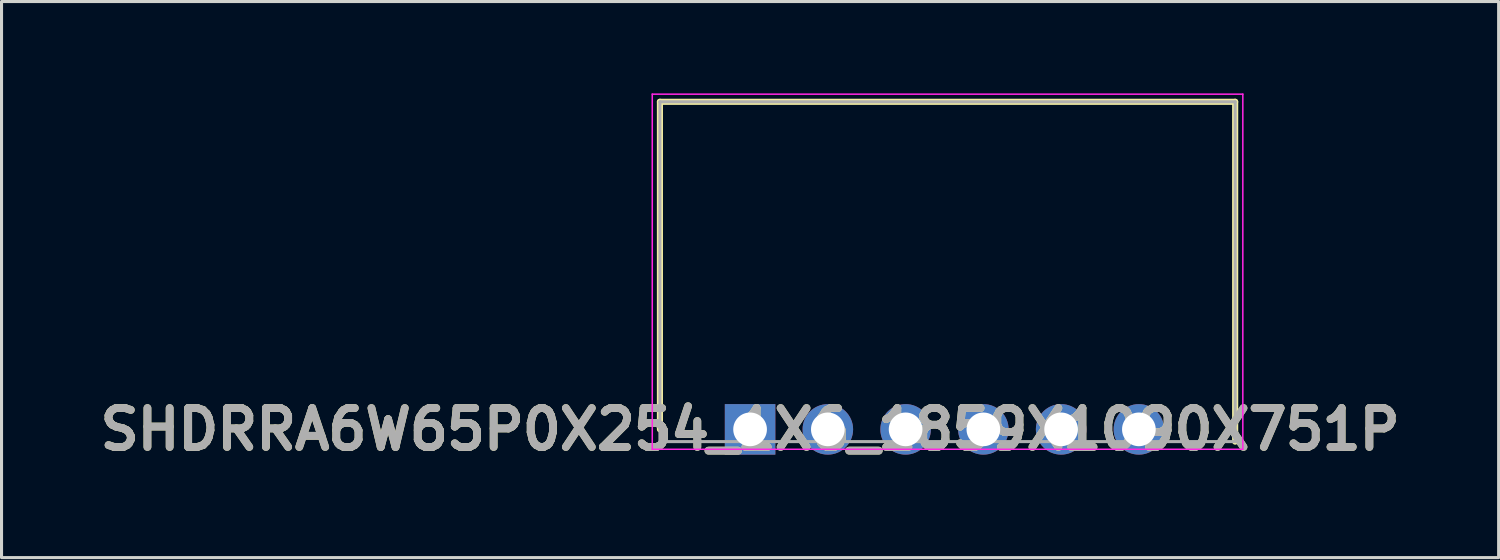
<source format=kicad_pcb>
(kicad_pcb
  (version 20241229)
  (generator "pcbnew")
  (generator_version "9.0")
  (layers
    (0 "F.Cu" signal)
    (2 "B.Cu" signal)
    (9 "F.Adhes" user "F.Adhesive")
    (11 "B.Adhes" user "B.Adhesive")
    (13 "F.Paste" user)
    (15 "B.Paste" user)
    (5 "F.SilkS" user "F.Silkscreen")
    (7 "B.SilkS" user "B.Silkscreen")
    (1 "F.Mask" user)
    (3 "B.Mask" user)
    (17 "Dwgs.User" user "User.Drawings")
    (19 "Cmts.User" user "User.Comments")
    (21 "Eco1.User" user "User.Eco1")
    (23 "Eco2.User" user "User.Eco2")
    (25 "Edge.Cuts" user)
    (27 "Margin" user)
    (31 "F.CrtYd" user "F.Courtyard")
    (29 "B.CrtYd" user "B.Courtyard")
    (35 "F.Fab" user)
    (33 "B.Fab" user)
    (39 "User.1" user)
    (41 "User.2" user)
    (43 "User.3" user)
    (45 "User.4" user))
  (footprint "SHDRRA6W65P0X254_1X6_1859X1090X751P"
    (layer "F.Cu")
    (at 21.451 10.975)
    (property "Reference" "SHDRRA6W65P0X254_1X6_1859X1090X751P" (at 0 0 0) (layer "F.SilkS") (effects (font (size 1.27 1.27) (thickness 0.254))))
    (attr through_hole)
    (fp_line (start -2.945 -10.7) (end 15.845 -10.7) (stroke (width 0.2) (type solid)) (layer "F.SilkS"))
    (fp_line (start -2.945 0) (end -2.945 -10.7) (stroke (width 0.2) (type solid)) (layer "F.SilkS"))
    (fp_line (start 15.845 -10.7) (end 15.845 0.4) (stroke (width 0.2) (type solid)) (layer "F.SilkS"))
    (fp_line (start -3.195 -10.95) (end -3.195 0.65) (stroke (width 0.05) (type solid)) (layer "F.CrtYd"))
    (fp_line (start -3.195 0.65) (end 16.095 0.65) (stroke (width 0.05) (type solid)) (layer "F.CrtYd"))
    (fp_line (start 16.095 -10.95) (end -3.195 -10.95) (stroke (width 0.05) (type solid)) (layer "F.CrtYd"))
    (fp_line (start 16.095 0.65) (end 16.095 -10.95) (stroke (width 0.05) (type solid)) (layer "F.CrtYd"))
    (fp_line (start -2.945 -10.7) (end 15.845 -10.7) (stroke (width 0.1) (type solid)) (layer "F.Fab"))
    (fp_line (start -2.945 0.4) (end -2.945 -10.7) (stroke (width 0.1) (type solid)) (layer "F.Fab"))
    (fp_line (start 15.845 -10.7) (end 15.845 0.4) (stroke (width 0.1) (type solid)) (layer "F.Fab"))
    (fp_line (start 15.845 0.4) (end -2.945 0.4) (stroke (width 0.1) (type solid)) (layer "F.Fab"))
    (fp_text user "${REFERENCE}" (at 0 0 0) (layer "F.Fab") (effects (font (size 1.27 1.27) (thickness 0.254))))
    (pad "1" thru_hole rect (at 0 0) (size 1.65 1.65) (drill 1.1) (layers "*.Cu" "*.Mask"))
    (pad "2" thru_hole circle (at 2.54 0) (size 1.65 1.65) (drill 1.1) (layers "*.Cu" "*.Mask"))
    (pad "3" thru_hole circle (at 5.08 0) (size 1.65 1.65) (drill 1.1) (layers "*.Cu" "*.Mask"))
    (pad "4" thru_hole circle (at 7.62 0) (size 1.65 1.65) (drill 1.1) (layers "*.Cu" "*.Mask"))
    (pad "5" thru_hole circle (at 10.16 0) (size 1.65 1.65) (drill 1.1) (layers "*.Cu" "*.Mask"))
    (pad "6" thru_hole circle (at 12.7 0) (size 1.65 1.65) (drill 1.1) (layers "*.Cu" "*.Mask")))
  (gr_rect
    (start -3 -3)
    (end 45.902 15.164)
    (stroke (width 0.1) (type default))
    (fill no)
    (layer "Edge.Cuts")))
</source>
